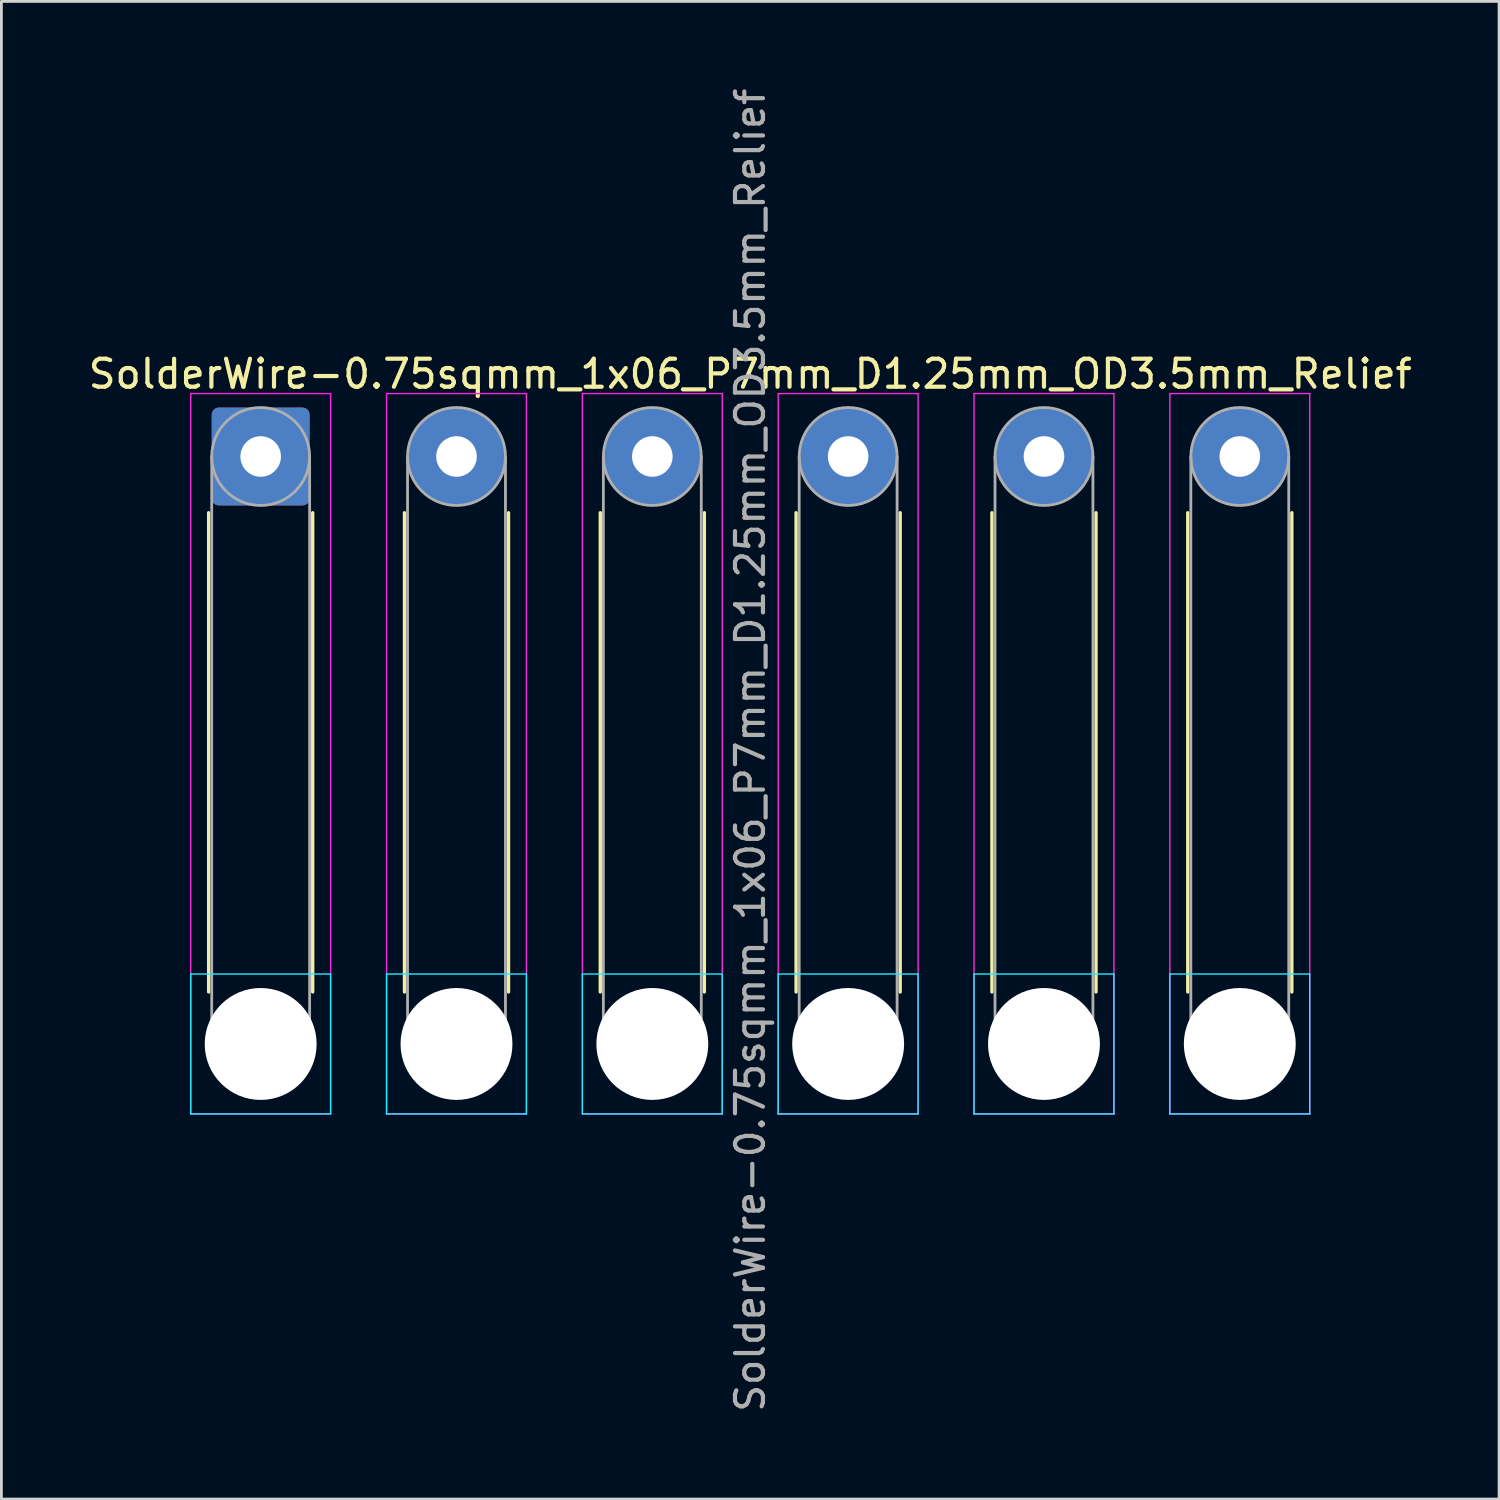
<source format=kicad_pcb>
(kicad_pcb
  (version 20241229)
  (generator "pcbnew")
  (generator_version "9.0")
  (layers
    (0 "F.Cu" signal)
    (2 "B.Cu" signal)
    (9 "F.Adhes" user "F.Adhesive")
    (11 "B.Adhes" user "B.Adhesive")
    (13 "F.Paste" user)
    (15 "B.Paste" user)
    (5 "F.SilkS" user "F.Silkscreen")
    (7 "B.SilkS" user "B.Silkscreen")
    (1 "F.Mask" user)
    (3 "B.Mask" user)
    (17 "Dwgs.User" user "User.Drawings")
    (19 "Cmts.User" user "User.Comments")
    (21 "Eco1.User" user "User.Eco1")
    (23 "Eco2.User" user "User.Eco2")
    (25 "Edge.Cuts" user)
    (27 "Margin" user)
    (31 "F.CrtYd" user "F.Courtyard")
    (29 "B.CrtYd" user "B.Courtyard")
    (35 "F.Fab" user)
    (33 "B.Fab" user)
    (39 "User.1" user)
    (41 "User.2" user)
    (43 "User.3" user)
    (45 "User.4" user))
  (footprint "SolderWire-0.75sqmm_1x06_P7mm_D1.25mm_OD3.5mm_Relief"
    (layer "F.Cu")
    (at 6.268 13.268)
    (property "Reference" "SolderWire-0.75sqmm_1x06_P7mm_D1.25mm_OD3.5mm_Relief" (at 17.5 -2.95 0) (layer "F.SilkS") (effects (font (size 1 1) (thickness 0.15))))
    (attr exclude_from_pos_files exclude_from_bom)
    (fp_line (start -1.86 2.01) (end -1.86 19.14) (stroke (width 0.12) (type solid)) (layer "F.SilkS"))
    (fp_line (start 1.86 2.01) (end 1.86 19.14) (stroke (width 0.12) (type solid)) (layer "F.SilkS"))
    (fp_line (start 5.14 2.01) (end 5.14 19.14) (stroke (width 0.12) (type solid)) (layer "F.SilkS"))
    (fp_line (start 8.86 2.01) (end 8.86 19.14) (stroke (width 0.12) (type solid)) (layer "F.SilkS"))
    (fp_line (start 12.14 2.01) (end 12.14 19.14) (stroke (width 0.12) (type solid)) (layer "F.SilkS"))
    (fp_line (start 15.86 2.01) (end 15.86 19.14) (stroke (width 0.12) (type solid)) (layer "F.SilkS"))
    (fp_line (start 19.14 2.01) (end 19.14 19.14) (stroke (width 0.12) (type solid)) (layer "F.SilkS"))
    (fp_line (start 22.86 2.01) (end 22.86 19.14) (stroke (width 0.12) (type solid)) (layer "F.SilkS"))
    (fp_line (start 26.14 2.01) (end 26.14 19.14) (stroke (width 0.12) (type solid)) (layer "F.SilkS"))
    (fp_line (start 29.86 2.01) (end 29.86 19.14) (stroke (width 0.12) (type solid)) (layer "F.SilkS"))
    (fp_line (start 33.14 2.01) (end 33.14 19.14) (stroke (width 0.12) (type solid)) (layer "F.SilkS"))
    (fp_line (start 36.86 2.01) (end 36.86 19.14) (stroke (width 0.12) (type solid)) (layer "F.SilkS"))
    (fp_line (start -2.5 18.5) (end -2.5 23.5) (stroke (width 0.05) (type solid)) (layer "B.CrtYd"))
    (fp_line (start -2.5 23.5) (end 2.5 23.5) (stroke (width 0.05) (type solid)) (layer "B.CrtYd"))
    (fp_line (start 2.5 18.5) (end -2.5 18.5) (stroke (width 0.05) (type solid)) (layer "B.CrtYd"))
    (fp_line (start 2.5 23.5) (end 2.5 18.5) (stroke (width 0.05) (type solid)) (layer "B.CrtYd"))
    (fp_line (start 4.5 18.5) (end 4.5 23.5) (stroke (width 0.05) (type solid)) (layer "B.CrtYd"))
    (fp_line (start 4.5 23.5) (end 9.5 23.5) (stroke (width 0.05) (type solid)) (layer "B.CrtYd"))
    (fp_line (start 9.5 18.5) (end 4.5 18.5) (stroke (width 0.05) (type solid)) (layer "B.CrtYd"))
    (fp_line (start 9.5 23.5) (end 9.5 18.5) (stroke (width 0.05) (type solid)) (layer "B.CrtYd"))
    (fp_line (start 11.5 18.5) (end 11.5 23.5) (stroke (width 0.05) (type solid)) (layer "B.CrtYd"))
    (fp_line (start 11.5 23.5) (end 16.5 23.5) (stroke (width 0.05) (type solid)) (layer "B.CrtYd"))
    (fp_line (start 16.5 18.5) (end 11.5 18.5) (stroke (width 0.05) (type solid)) (layer "B.CrtYd"))
    (fp_line (start 16.5 23.5) (end 16.5 18.5) (stroke (width 0.05) (type solid)) (layer "B.CrtYd"))
    (fp_line (start 18.5 18.5) (end 18.5 23.5) (stroke (width 0.05) (type solid)) (layer "B.CrtYd"))
    (fp_line (start 18.5 23.5) (end 23.5 23.5) (stroke (width 0.05) (type solid)) (layer "B.CrtYd"))
    (fp_line (start 23.5 18.5) (end 18.5 18.5) (stroke (width 0.05) (type solid)) (layer "B.CrtYd"))
    (fp_line (start 23.5 23.5) (end 23.5 18.5) (stroke (width 0.05) (type solid)) (layer "B.CrtYd"))
    (fp_line (start 25.5 18.5) (end 25.5 23.5) (stroke (width 0.05) (type solid)) (layer "B.CrtYd"))
    (fp_line (start 25.5 23.5) (end 30.5 23.5) (stroke (width 0.05) (type solid)) (layer "B.CrtYd"))
    (fp_line (start 30.5 18.5) (end 25.5 18.5) (stroke (width 0.05) (type solid)) (layer "B.CrtYd"))
    (fp_line (start 30.5 23.5) (end 30.5 18.5) (stroke (width 0.05) (type solid)) (layer "B.CrtYd"))
    (fp_line (start 32.5 18.5) (end 32.5 23.5) (stroke (width 0.05) (type solid)) (layer "B.CrtYd"))
    (fp_line (start 32.5 23.5) (end 37.5 23.5) (stroke (width 0.05) (type solid)) (layer "B.CrtYd"))
    (fp_line (start 37.5 18.5) (end 32.5 18.5) (stroke (width 0.05) (type solid)) (layer "B.CrtYd"))
    (fp_line (start 37.5 23.5) (end 37.5 18.5) (stroke (width 0.05) (type solid)) (layer "B.CrtYd"))
    (fp_line (start -2.5 -2.25) (end -2.5 23.5) (stroke (width 0.05) (type solid)) (layer "F.CrtYd"))
    (fp_line (start -2.5 23.5) (end 2.5 23.5) (stroke (width 0.05) (type solid)) (layer "F.CrtYd"))
    (fp_line (start 2.5 -2.25) (end -2.5 -2.25) (stroke (width 0.05) (type solid)) (layer "F.CrtYd"))
    (fp_line (start 2.5 23.5) (end 2.5 -2.25) (stroke (width 0.05) (type solid)) (layer "F.CrtYd"))
    (fp_line (start 4.5 -2.25) (end 4.5 23.5) (stroke (width 0.05) (type solid)) (layer "F.CrtYd"))
    (fp_line (start 4.5 23.5) (end 9.5 23.5) (stroke (width 0.05) (type solid)) (layer "F.CrtYd"))
    (fp_line (start 9.5 -2.25) (end 4.5 -2.25) (stroke (width 0.05) (type solid)) (layer "F.CrtYd"))
    (fp_line (start 9.5 23.5) (end 9.5 -2.25) (stroke (width 0.05) (type solid)) (layer "F.CrtYd"))
    (fp_line (start 11.5 -2.25) (end 11.5 23.5) (stroke (width 0.05) (type solid)) (layer "F.CrtYd"))
    (fp_line (start 11.5 23.5) (end 16.5 23.5) (stroke (width 0.05) (type solid)) (layer "F.CrtYd"))
    (fp_line (start 16.5 -2.25) (end 11.5 -2.25) (stroke (width 0.05) (type solid)) (layer "F.CrtYd"))
    (fp_line (start 16.5 23.5) (end 16.5 -2.25) (stroke (width 0.05) (type solid)) (layer "F.CrtYd"))
    (fp_line (start 18.5 -2.25) (end 18.5 23.5) (stroke (width 0.05) (type solid)) (layer "F.CrtYd"))
    (fp_line (start 18.5 23.5) (end 23.5 23.5) (stroke (width 0.05) (type solid)) (layer "F.CrtYd"))
    (fp_line (start 23.5 -2.25) (end 18.5 -2.25) (stroke (width 0.05) (type solid)) (layer "F.CrtYd"))
    (fp_line (start 23.5 23.5) (end 23.5 -2.25) (stroke (width 0.05) (type solid)) (layer "F.CrtYd"))
    (fp_line (start 25.5 -2.25) (end 25.5 23.5) (stroke (width 0.05) (type solid)) (layer "F.CrtYd"))
    (fp_line (start 25.5 23.5) (end 30.5 23.5) (stroke (width 0.05) (type solid)) (layer "F.CrtYd"))
    (fp_line (start 30.5 -2.25) (end 25.5 -2.25) (stroke (width 0.05) (type solid)) (layer "F.CrtYd"))
    (fp_line (start 30.5 23.5) (end 30.5 -2.25) (stroke (width 0.05) (type solid)) (layer "F.CrtYd"))
    (fp_line (start 32.5 -2.25) (end 32.5 23.5) (stroke (width 0.05) (type solid)) (layer "F.CrtYd"))
    (fp_line (start 32.5 23.5) (end 37.5 23.5) (stroke (width 0.05) (type solid)) (layer "F.CrtYd"))
    (fp_line (start 37.5 -2.25) (end 32.5 -2.25) (stroke (width 0.05) (type solid)) (layer "F.CrtYd"))
    (fp_line (start 37.5 23.5) (end 37.5 -2.25) (stroke (width 0.05) (type solid)) (layer "F.CrtYd"))
    (fp_line (start -1.75 0) (end -1.75 21) (stroke (width 0.1) (type solid)) (layer "F.Fab"))
    (fp_line (start 1.75 0) (end 1.75 21) (stroke (width 0.1) (type solid)) (layer "F.Fab"))
    (fp_line (start 5.25 0) (end 5.25 21) (stroke (width 0.1) (type solid)) (layer "F.Fab"))
    (fp_line (start 8.75 0) (end 8.75 21) (stroke (width 0.1) (type solid)) (layer "F.Fab"))
    (fp_line (start 12.25 0) (end 12.25 21) (stroke (width 0.1) (type solid)) (layer "F.Fab"))
    (fp_line (start 15.75 0) (end 15.75 21) (stroke (width 0.1) (type solid)) (layer "F.Fab"))
    (fp_line (start 19.25 0) (end 19.25 21) (stroke (width 0.1) (type solid)) (layer "F.Fab"))
    (fp_line (start 22.75 0) (end 22.75 21) (stroke (width 0.1) (type solid)) (layer "F.Fab"))
    (fp_line (start 26.25 0) (end 26.25 21) (stroke (width 0.1) (type solid)) (layer "F.Fab"))
    (fp_line (start 29.75 0) (end 29.75 21) (stroke (width 0.1) (type solid)) (layer "F.Fab"))
    (fp_line (start 33.25 0) (end 33.25 21) (stroke (width 0.1) (type solid)) (layer "F.Fab"))
    (fp_line (start 36.75 0) (end 36.75 21) (stroke (width 0.1) (type solid)) (layer "F.Fab"))
    (fp_circle (center 0 0) (end 1.75 0) (stroke (width 0.1) (type solid)) (fill no) (layer "F.Fab"))
    (fp_circle (center 0 21) (end 1.75 21) (stroke (width 0.1) (type solid)) (fill no) (layer "F.Fab"))
    (fp_circle (center 7 0) (end 8.75 0) (stroke (width 0.1) (type solid)) (fill no) (layer "F.Fab"))
    (fp_circle (center 7 21) (end 8.75 21) (stroke (width 0.1) (type solid)) (fill no) (layer "F.Fab"))
    (fp_circle (center 14 0) (end 15.75 0) (stroke (width 0.1) (type solid)) (fill no) (layer "F.Fab"))
    (fp_circle (center 14 21) (end 15.75 21) (stroke (width 0.1) (type solid)) (fill no) (layer "F.Fab"))
    (fp_circle (center 21 0) (end 22.75 0) (stroke (width 0.1) (type solid)) (fill no) (layer "F.Fab"))
    (fp_circle (center 21 21) (end 22.75 21) (stroke (width 0.1) (type solid)) (fill no) (layer "F.Fab"))
    (fp_circle (center 28 0) (end 29.75 0) (stroke (width 0.1) (type solid)) (fill no) (layer "F.Fab"))
    (fp_circle (center 28 21) (end 29.75 21) (stroke (width 0.1) (type solid)) (fill no) (layer "F.Fab"))
    (fp_circle (center 35 0) (end 36.75 0) (stroke (width 0.1) (type solid)) (fill no) (layer "F.Fab"))
    (fp_circle (center 35 21) (end 36.75 21) (stroke (width 0.1) (type solid)) (fill no) (layer "F.Fab"))
    (fp_text user "${REFERENCE}" (at 17.5 10.5 90) (layer "F.Fab") (effects (font (size 1 1) (thickness 0.15))))
    (pad "" np_thru_hole circle (at 0 21) (size 4 4) (drill 4) (layers "*.Cu" "*.Mask"))
    (pad "" np_thru_hole circle (at 7 21) (size 4 4) (drill 4) (layers "*.Cu" "*.Mask"))
    (pad "" np_thru_hole circle (at 14 21) (size 4 4) (drill 4) (layers "*.Cu" "*.Mask"))
    (pad "" np_thru_hole circle (at 21 21) (size 4 4) (drill 4) (layers "*.Cu" "*.Mask"))
    (pad "" np_thru_hole circle (at 28 21) (size 4 4) (drill 4) (layers "*.Cu" "*.Mask"))
    (pad "" np_thru_hole circle (at 35 21) (size 4 4) (drill 4) (layers "*.Cu" "*.Mask"))
    (pad "1" thru_hole roundrect (at 0 0) (size 3.5 3.5) (drill 1.45) (layers "*.Cu" "*.Mask") (roundrect_rratio 0.071))
    (pad "2" thru_hole circle (at 7 0) (size 3.5 3.5) (drill 1.45) (layers "*.Cu" "*.Mask"))
    (pad "3" thru_hole circle (at 14 0) (size 3.5 3.5) (drill 1.45) (layers "*.Cu" "*.Mask"))
    (pad "4" thru_hole circle (at 21 0) (size 3.5 3.5) (drill 1.45) (layers "*.Cu" "*.Mask"))
    (pad "5" thru_hole circle (at 28 0) (size 3.5 3.5) (drill 1.45) (layers "*.Cu" "*.Mask"))
    (pad "6" thru_hole circle (at 35 0) (size 3.5 3.5) (drill 1.45) (layers "*.Cu" "*.Mask")))
  (gr_rect
    (start -3 -3)
    (end 50.536 50.536)
    (stroke (width 0.1) (type default))
    (fill no)
    (layer "Edge.Cuts")))
</source>
